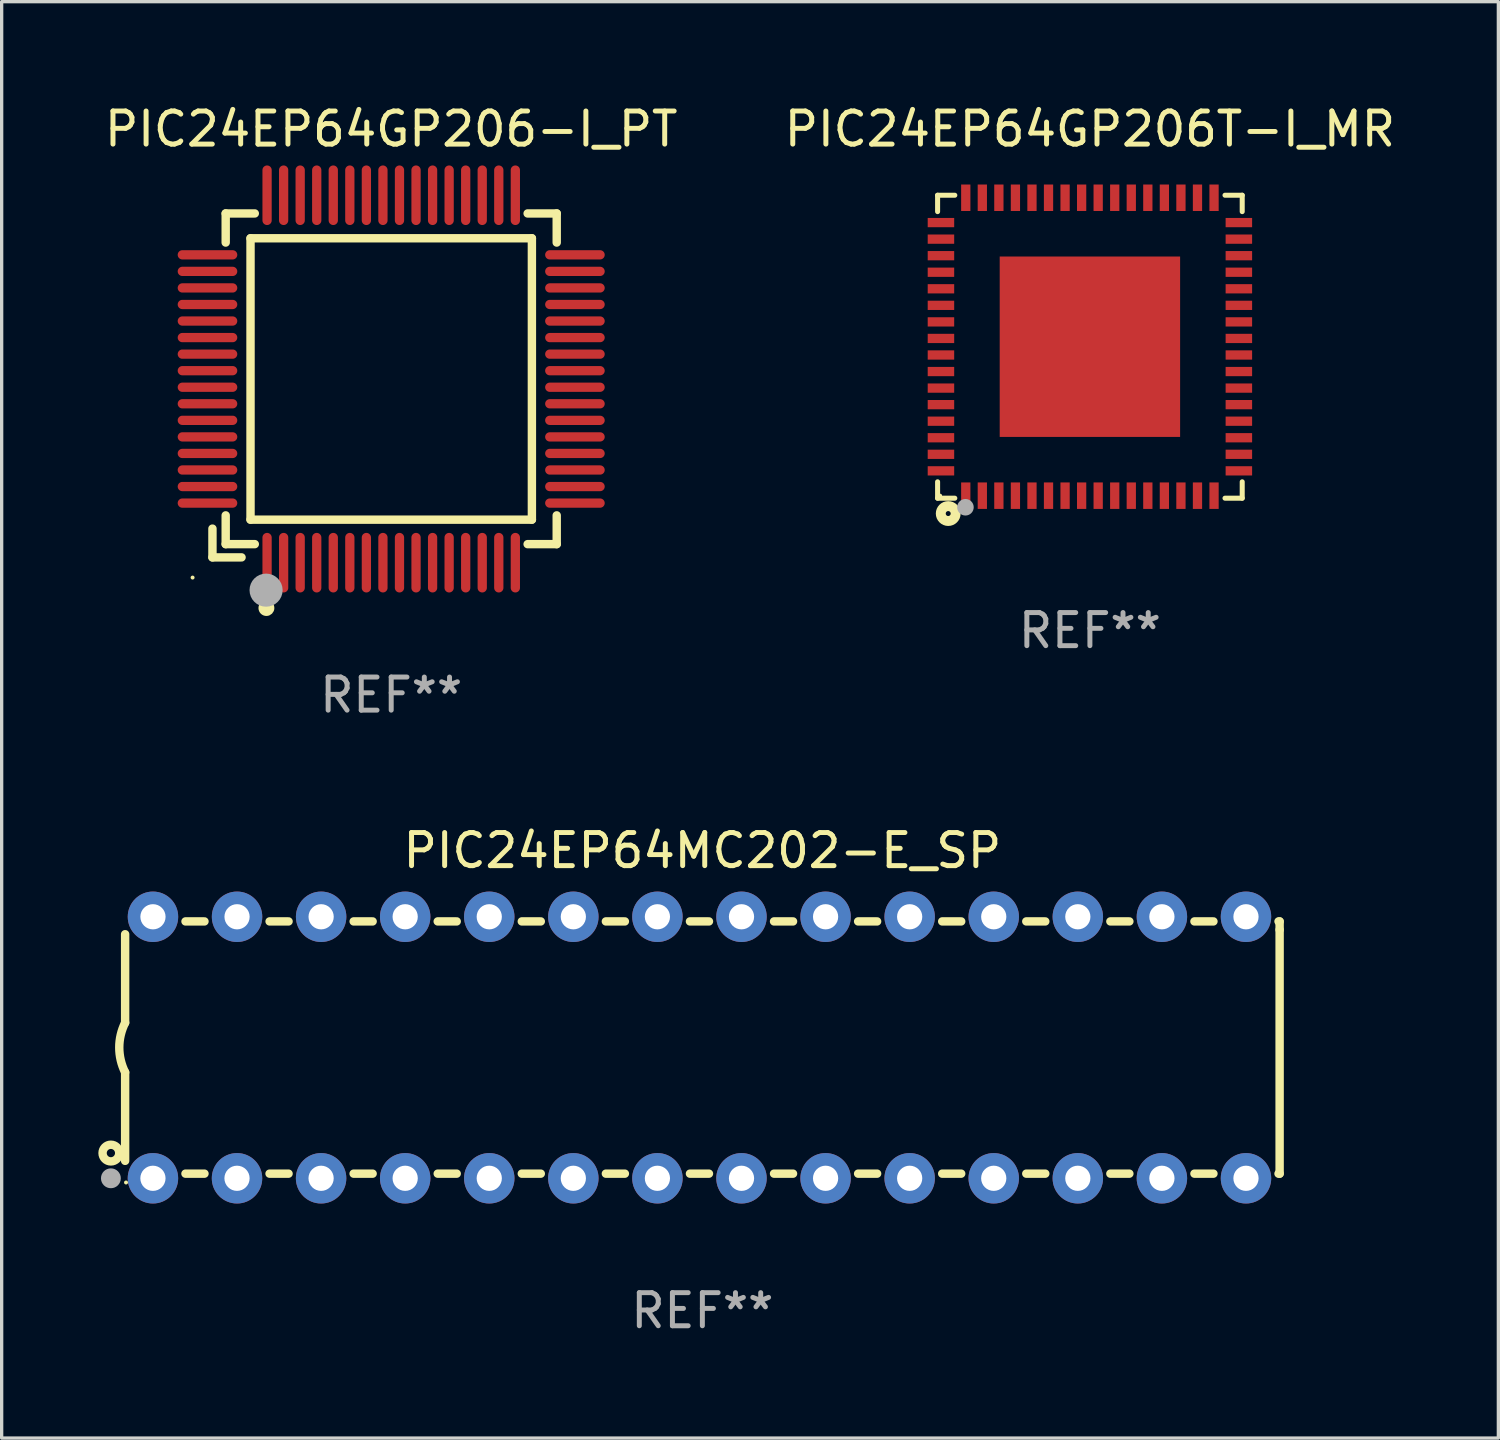
<source format=kicad_pcb>
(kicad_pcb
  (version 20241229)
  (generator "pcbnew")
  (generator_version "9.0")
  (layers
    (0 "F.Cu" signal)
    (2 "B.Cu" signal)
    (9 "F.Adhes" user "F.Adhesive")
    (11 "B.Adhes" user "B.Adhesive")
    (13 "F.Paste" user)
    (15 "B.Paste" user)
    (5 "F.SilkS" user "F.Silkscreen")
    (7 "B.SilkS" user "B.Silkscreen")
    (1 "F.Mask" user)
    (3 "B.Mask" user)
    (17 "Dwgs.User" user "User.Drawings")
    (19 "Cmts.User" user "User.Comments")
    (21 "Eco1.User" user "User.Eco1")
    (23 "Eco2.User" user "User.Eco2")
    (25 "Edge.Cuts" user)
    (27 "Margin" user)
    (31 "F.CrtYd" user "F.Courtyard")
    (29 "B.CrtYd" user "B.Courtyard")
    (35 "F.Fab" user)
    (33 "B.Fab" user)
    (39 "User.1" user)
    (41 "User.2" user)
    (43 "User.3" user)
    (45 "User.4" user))
  (footprint "PIC24EP64MC202-E_SP"
    (layer "F.Cu")
    (at 18.168 28.595)
    (property "Reference" "PIC24EP64MC202-E_SP" (at 0 -5.95 0) (layer "F.SilkS") (effects (font (size 1 1) (thickness 0.15))))
    (attr through_hole)
    (fp_line (start -17.438 0.75) (end -17.438 3.423) (stroke (width 0.254) (type solid)) (layer "F.SilkS"))
    (fp_line (start -17.438 -3.423) (end -17.438 -0.75) (stroke (width 0.254) (type solid)) (layer "F.SilkS"))
    (fp_line (start -15.615 3.81) (end -15.041 3.81) (stroke (width 0.254) (type solid)) (layer "F.SilkS"))
    (fp_line (start -15.041 -3.81) (end -15.614 -3.81) (stroke (width 0.254) (type solid)) (layer "F.SilkS"))
    (fp_line (start -13.075 3.81) (end -12.501 3.81) (stroke (width 0.254) (type solid)) (layer "F.SilkS"))
    (fp_line (start -12.501 -3.81) (end -13.074 -3.81) (stroke (width 0.254) (type solid)) (layer "F.SilkS"))
    (fp_line (start -10.535 3.81) (end -9.961 3.81) (stroke (width 0.254) (type solid)) (layer "F.SilkS"))
    (fp_line (start -9.961 -3.81) (end -10.534 -3.81) (stroke (width 0.254) (type solid)) (layer "F.SilkS"))
    (fp_line (start -7.995 3.81) (end -7.421 3.81) (stroke (width 0.254) (type solid)) (layer "F.SilkS"))
    (fp_line (start -7.421 -3.81) (end -7.995 -3.81) (stroke (width 0.254) (type solid)) (layer "F.SilkS"))
    (fp_line (start -5.455 3.81) (end -4.881 3.81) (stroke (width 0.254) (type solid)) (layer "F.SilkS"))
    (fp_line (start -4.881 -3.81) (end -5.455 -3.81) (stroke (width 0.254) (type solid)) (layer "F.SilkS"))
    (fp_line (start -2.915 3.81) (end -2.341 3.81) (stroke (width 0.254) (type solid)) (layer "F.SilkS"))
    (fp_line (start -2.341 -3.81) (end -2.915 -3.81) (stroke (width 0.254) (type solid)) (layer "F.SilkS"))
    (fp_line (start -0.375 3.81) (end 0.199 3.81) (stroke (width 0.254) (type solid)) (layer "F.SilkS"))
    (fp_line (start 0.199 -3.81) (end -0.375 -3.81) (stroke (width 0.254) (type solid)) (layer "F.SilkS"))
    (fp_line (start 2.165 3.81) (end 2.739 3.81) (stroke (width 0.254) (type solid)) (layer "F.SilkS"))
    (fp_line (start 2.739 -3.81) (end 2.165 -3.81) (stroke (width 0.254) (type solid)) (layer "F.SilkS"))
    (fp_line (start 4.705 3.81) (end 5.279 3.81) (stroke (width 0.254) (type solid)) (layer "F.SilkS"))
    (fp_line (start 5.279 -3.81) (end 4.705 -3.81) (stroke (width 0.254) (type solid)) (layer "F.SilkS"))
    (fp_line (start 7.245 3.81) (end 7.819 3.81) (stroke (width 0.254) (type solid)) (layer "F.SilkS"))
    (fp_line (start 7.819 -3.81) (end 7.245 -3.81) (stroke (width 0.254) (type solid)) (layer "F.SilkS"))
    (fp_line (start 9.785 3.81) (end 10.359 3.81) (stroke (width 0.254) (type solid)) (layer "F.SilkS"))
    (fp_line (start 10.359 -3.81) (end 9.785 -3.81) (stroke (width 0.254) (type solid)) (layer "F.SilkS"))
    (fp_line (start 12.325 3.81) (end 12.899 3.81) (stroke (width 0.254) (type solid)) (layer "F.SilkS"))
    (fp_line (start 12.899 -3.81) (end 12.325 -3.81) (stroke (width 0.254) (type solid)) (layer "F.SilkS"))
    (fp_line (start 14.865 3.81) (end 15.439 3.81) (stroke (width 0.254) (type solid)) (layer "F.SilkS"))
    (fp_line (start 15.439 -3.81) (end 14.865 -3.81) (stroke (width 0.254) (type solid)) (layer "F.SilkS"))
    (fp_line (start 17.405 3.81) (end 17.438 3.81) (stroke (width 0.254) (type solid)) (layer "F.SilkS"))
    (fp_line (start 17.438 -3.81) (end 17.405 -3.81) (stroke (width 0.254) (type solid)) (layer "F.SilkS"))
    (fp_line (start 17.438 -3.556) (end 17.438 -3.81) (stroke (width 0.254) (type solid)) (layer "F.SilkS"))
    (fp_line (start 17.438 3.81) (end 17.438 -3.556) (stroke (width 0.254) (type solid)) (layer "F.SilkS"))
    (fp_arc (start -17.437986 0.749657) (mid -17.614887 -0.000024) (end -17.437783 -0.749657) (stroke (width 0.254001) (type solid)) (layer "F.SilkS"))
    (fp_circle (center -17.868 3.188) (end -17.743 3.188) (stroke (width 0.254) (type solid)) (fill no) (layer "F.SilkS"))
    (fp_circle (center -17.411 4.077) (end -17.381 4.077) (stroke (width 0.06) (type solid)) (fill no) (layer "F.SilkS"))
    (fp_circle (center -17.868 3.95) (end -17.718 3.95) (stroke (width 0.3) (type solid)) (fill no) (layer "F.Fab"))
    (fp_text user "REF**" (at 0 7.95 0) (layer "F.Fab") (effects (font (size 1 1) (thickness 0.15))))
    (pad "1" thru_hole circle (at -16.598 3.95) (size 1.524 1.524) (drill 0.762) (layers "*.Cu" "*.Mask"))
    (pad "2" thru_hole circle (at -14.058 3.95) (size 1.524 1.524) (drill 0.762) (layers "*.Cu" "*.Mask"))
    (pad "3" thru_hole circle (at -11.518 3.95) (size 1.524 1.524) (drill 0.762) (layers "*.Cu" "*.Mask"))
    (pad "4" thru_hole circle (at -8.978 3.95) (size 1.524 1.524) (drill 0.762) (layers "*.Cu" "*.Mask"))
    (pad "5" thru_hole circle (at -6.438 3.95) (size 1.524 1.524) (drill 0.762) (layers "*.Cu" "*.Mask"))
    (pad "6" thru_hole circle (at -3.898 3.95) (size 1.524 1.524) (drill 0.762) (layers "*.Cu" "*.Mask"))
    (pad "7" thru_hole circle (at -1.358 3.95) (size 1.524 1.524) (drill 0.762) (layers "*.Cu" "*.Mask"))
    (pad "8" thru_hole circle (at 1.182 3.95) (size 1.524 1.524) (drill 0.762) (layers "*.Cu" "*.Mask"))
    (pad "9" thru_hole circle (at 3.722 3.95) (size 1.524 1.524) (drill 0.762) (layers "*.Cu" "*.Mask"))
    (pad "10" thru_hole circle (at 6.262 3.95) (size 1.524 1.524) (drill 0.762) (layers "*.Cu" "*.Mask"))
    (pad "11" thru_hole circle (at 8.802 3.95) (size 1.524 1.524) (drill 0.762) (layers "*.Cu" "*.Mask"))
    (pad "12" thru_hole circle (at 11.342 3.95) (size 1.524 1.524) (drill 0.762) (layers "*.Cu" "*.Mask"))
    (pad "13" thru_hole circle (at 13.882 3.95) (size 1.524 1.524) (drill 0.762) (layers "*.Cu" "*.Mask"))
    (pad "14" thru_hole circle (at 16.422 3.95) (size 1.524 1.524) (drill 0.762) (layers "*.Cu" "*.Mask"))
    (pad "15" thru_hole circle (at 16.422 -3.95) (size 1.524 1.524) (drill 0.762) (layers "*.Cu" "*.Mask"))
    (pad "16" thru_hole circle (at 13.882 -3.95) (size 1.524 1.524) (drill 0.762) (layers "*.Cu" "*.Mask"))
    (pad "17" thru_hole circle (at 11.342 -3.95) (size 1.524 1.524) (drill 0.762) (layers "*.Cu" "*.Mask"))
    (pad "18" thru_hole circle (at 8.802 -3.95) (size 1.524 1.524) (drill 0.762) (layers "*.Cu" "*.Mask"))
    (pad "19" thru_hole circle (at 6.262 -3.95) (size 1.524 1.524) (drill 0.762) (layers "*.Cu" "*.Mask"))
    (pad "20" thru_hole circle (at 3.722 -3.95) (size 1.524 1.524) (drill 0.762) (layers "*.Cu" "*.Mask"))
    (pad "21" thru_hole circle (at 1.182 -3.95) (size 1.524 1.524) (drill 0.762) (layers "*.Cu" "*.Mask"))
    (pad "22" thru_hole circle (at -1.358 -3.95) (size 1.524 1.524) (drill 0.762) (layers "*.Cu" "*.Mask"))
    (pad "23" thru_hole circle (at -3.898 -3.95) (size 1.524 1.524) (drill 0.762) (layers "*.Cu" "*.Mask"))
    (pad "24" thru_hole circle (at -6.438 -3.95) (size 1.524 1.524) (drill 0.762) (layers "*.Cu" "*.Mask"))
    (pad "25" thru_hole circle (at -8.978 -3.95) (size 1.524 1.524) (drill 0.762) (layers "*.Cu" "*.Mask"))
    (pad "26" thru_hole circle (at -11.517 -3.95) (size 1.524 1.524) (drill 0.762) (layers "*.Cu" "*.Mask"))
    (pad "27" thru_hole circle (at -14.057 -3.95) (size 1.524 1.524) (drill 0.762) (layers "*.Cu" "*.Mask"))
    (pad "28" thru_hole circle (at -16.597 -3.95) (size 1.524 1.524) (drill 0.762) (layers "*.Cu" "*.Mask")))
  (footprint "PIC24EP64GP206-I_PT"
    (layer "F.Cu")
    (at 8.768 8.398)
    (property "Reference" "PIC24EP64GP206-I_PT" (at 0 -7.55 0) (layer "F.SilkS") (effects (font (size 1 1) (thickness 0.15))))
    (attr through_hole)
    (fp_line (start -5.4 4.521) (end -5.4 5.39) (stroke (width 0.254) (type solid)) (layer "F.SilkS"))
    (fp_line (start -5.4 5.39) (end -4.521 5.39) (stroke (width 0.254) (type solid)) (layer "F.SilkS"))
    (fp_line (start -5 -5) (end -5 -4.121) (stroke (width 0.254) (type solid)) (layer "F.SilkS"))
    (fp_line (start -5 4.121) (end -5 4.99) (stroke (width 0.254) (type solid)) (layer "F.SilkS"))
    (fp_line (start -5 4.99) (end -4.121 4.99) (stroke (width 0.254) (type solid)) (layer "F.SilkS"))
    (fp_line (start -4.25 -4.25) (end -4.25 4.25) (stroke (width 0.254) (type solid)) (layer "F.SilkS"))
    (fp_line (start -4.25 4.25) (end 4.25 4.25) (stroke (width 0.254) (type solid)) (layer "F.SilkS"))
    (fp_line (start -4.121 -5) (end -5 -5) (stroke (width 0.254) (type solid)) (layer "F.SilkS"))
    (fp_line (start 4.121 4.99) (end 5 4.99) (stroke (width 0.254) (type solid)) (layer "F.SilkS"))
    (fp_line (start 4.25 -4.25) (end -4.25 -4.25) (stroke (width 0.254) (type solid)) (layer "F.SilkS"))
    (fp_line (start 4.25 4.25) (end 4.25 -4.25) (stroke (width 0.254) (type solid)) (layer "F.SilkS"))
    (fp_line (start 5 -5) (end 4.121 -5) (stroke (width 0.254) (type solid)) (layer "F.SilkS"))
    (fp_line (start 5 -4.121) (end 5 -5) (stroke (width 0.254) (type solid)) (layer "F.SilkS"))
    (fp_line (start 5 4.99) (end 5 4.121) (stroke (width 0.254) (type solid)) (layer "F.SilkS"))
    (fp_circle (center -6 6) (end -5.97 6) (stroke (width 0.06) (type solid)) (fill no) (layer "F.SilkS"))
    (fp_circle (center -3.77 6.92) (end -3.65 6.92) (stroke (width 0.24) (type solid)) (fill no) (layer "F.SilkS"))
    (fp_circle (center -3.78 6.38) (end -3.53 6.38) (stroke (width 0.5) (type solid)) (fill no) (layer "F.Fab"))
    (fp_text user "REF**" (at 0 9.55 0) (layer "F.Fab") (effects (font (size 1 1) (thickness 0.15))))
    (pad "1" smd oval (at -3.75 5.55) (size 0.28 1.8) (layers "F.Cu" "F.Mask" "F.Paste"))
    (pad "2" smd oval (at -3.25 5.55) (size 0.28 1.8) (layers "F.Cu" "F.Mask" "F.Paste"))
    (pad "3" smd oval (at -2.75 5.55) (size 0.28 1.8) (layers "F.Cu" "F.Mask" "F.Paste"))
    (pad "4" smd oval (at -2.25 5.55) (size 0.28 1.8) (layers "F.Cu" "F.Mask" "F.Paste"))
    (pad "5" smd oval (at -1.75 5.55) (size 0.28 1.8) (layers "F.Cu" "F.Mask" "F.Paste"))
    (pad "6" smd oval (at -1.25 5.55) (size 0.28 1.8) (layers "F.Cu" "F.Mask" "F.Paste"))
    (pad "7" smd oval (at -0.75 5.55) (size 0.28 1.8) (layers "F.Cu" "F.Mask" "F.Paste"))
    (pad "8" smd oval (at -0.25 5.55) (size 0.28 1.8) (layers "F.Cu" "F.Mask" "F.Paste"))
    (pad "9" smd oval (at 0.25 5.55) (size 0.28 1.8) (layers "F.Cu" "F.Mask" "F.Paste"))
    (pad "10" smd oval (at 0.75 5.55) (size 0.28 1.8) (layers "F.Cu" "F.Mask" "F.Paste"))
    (pad "11" smd oval (at 1.25 5.55) (size 0.28 1.8) (layers "F.Cu" "F.Mask" "F.Paste"))
    (pad "12" smd oval (at 1.75 5.55) (size 0.28 1.8) (layers "F.Cu" "F.Mask" "F.Paste"))
    (pad "13" smd oval (at 2.25 5.55) (size 0.28 1.8) (layers "F.Cu" "F.Mask" "F.Paste"))
    (pad "14" smd oval (at 2.75 5.55) (size 0.28 1.8) (layers "F.Cu" "F.Mask" "F.Paste"))
    (pad "15" smd oval (at 3.25 5.55) (size 0.28 1.8) (layers "F.Cu" "F.Mask" "F.Paste"))
    (pad "16" smd oval (at 3.75 5.55) (size 0.28 1.8) (layers "F.Cu" "F.Mask" "F.Paste"))
    (pad "17" smd oval (at 5.55 3.75) (size 1.8 0.28) (layers "F.Cu" "F.Mask" "F.Paste"))
    (pad "18" smd oval (at 5.55 3.25) (size 1.8 0.28) (layers "F.Cu" "F.Mask" "F.Paste"))
    (pad "19" smd oval (at 5.55 2.75) (size 1.8 0.28) (layers "F.Cu" "F.Mask" "F.Paste"))
    (pad "20" smd oval (at 5.55 2.25) (size 1.8 0.28) (layers "F.Cu" "F.Mask" "F.Paste"))
    (pad "21" smd oval (at 5.55 1.75) (size 1.8 0.28) (layers "F.Cu" "F.Mask" "F.Paste"))
    (pad "22" smd oval (at 5.55 1.25) (size 1.8 0.28) (layers "F.Cu" "F.Mask" "F.Paste"))
    (pad "23" smd oval (at 5.55 0.75) (size 1.8 0.28) (layers "F.Cu" "F.Mask" "F.Paste"))
    (pad "24" smd oval (at 5.55 0.25) (size 1.8 0.28) (layers "F.Cu" "F.Mask" "F.Paste"))
    (pad "25" smd oval (at 5.55 -0.25) (size 1.8 0.28) (layers "F.Cu" "F.Mask" "F.Paste"))
    (pad "26" smd oval (at 5.55 -0.75) (size 1.8 0.28) (layers "F.Cu" "F.Mask" "F.Paste"))
    (pad "27" smd oval (at 5.55 -1.25) (size 1.8 0.28) (layers "F.Cu" "F.Mask" "F.Paste"))
    (pad "28" smd oval (at 5.55 -1.75) (size 1.8 0.28) (layers "F.Cu" "F.Mask" "F.Paste"))
    (pad "29" smd oval (at 5.55 -2.25) (size 1.8 0.28) (layers "F.Cu" "F.Mask" "F.Paste"))
    (pad "30" smd oval (at 5.55 -2.75) (size 1.8 0.28) (layers "F.Cu" "F.Mask" "F.Paste"))
    (pad "31" smd oval (at 5.55 -3.25) (size 1.8 0.28) (layers "F.Cu" "F.Mask" "F.Paste"))
    (pad "32" smd oval (at 5.55 -3.75) (size 1.8 0.28) (layers "F.Cu" "F.Mask" "F.Paste"))
    (pad "33" smd oval (at 3.75 -5.55) (size 0.28 1.8) (layers "F.Cu" "F.Mask" "F.Paste"))
    (pad "34" smd oval (at 3.25 -5.55) (size 0.28 1.8) (layers "F.Cu" "F.Mask" "F.Paste"))
    (pad "35" smd oval (at 2.75 -5.55) (size 0.28 1.8) (layers "F.Cu" "F.Mask" "F.Paste"))
    (pad "36" smd oval (at 2.25 -5.55) (size 0.28 1.8) (layers "F.Cu" "F.Mask" "F.Paste"))
    (pad "37" smd oval (at 1.75 -5.55) (size 0.28 1.8) (layers "F.Cu" "F.Mask" "F.Paste"))
    (pad "38" smd oval (at 1.25 -5.55) (size 0.28 1.8) (layers "F.Cu" "F.Mask" "F.Paste"))
    (pad "39" smd oval (at 0.75 -5.55) (size 0.28 1.8) (layers "F.Cu" "F.Mask" "F.Paste"))
    (pad "40" smd oval (at 0.25 -5.55) (size 0.28 1.8) (layers "F.Cu" "F.Mask" "F.Paste"))
    (pad "41" smd oval (at -0.25 -5.55) (size 0.28 1.8) (layers "F.Cu" "F.Mask" "F.Paste"))
    (pad "42" smd oval (at -0.75 -5.55) (size 0.28 1.8) (layers "F.Cu" "F.Mask" "F.Paste"))
    (pad "43" smd oval (at -1.25 -5.55) (size 0.28 1.8) (layers "F.Cu" "F.Mask" "F.Paste"))
    (pad "44" smd oval (at -1.75 -5.55) (size 0.28 1.8) (layers "F.Cu" "F.Mask" "F.Paste"))
    (pad "45" smd oval (at -2.25 -5.55) (size 0.28 1.8) (layers "F.Cu" "F.Mask" "F.Paste"))
    (pad "46" smd oval (at -2.75 -5.55) (size 0.28 1.8) (layers "F.Cu" "F.Mask" "F.Paste"))
    (pad "47" smd oval (at -3.25 -5.55) (size 0.28 1.8) (layers "F.Cu" "F.Mask" "F.Paste"))
    (pad "48" smd oval (at -3.75 -5.55) (size 0.28 1.8) (layers "F.Cu" "F.Mask" "F.Paste"))
    (pad "49" smd oval (at -5.55 -3.75) (size 1.8 0.28) (layers "F.Cu" "F.Mask" "F.Paste"))
    (pad "50" smd oval (at -5.55 -3.25) (size 1.8 0.28) (layers "F.Cu" "F.Mask" "F.Paste"))
    (pad "51" smd oval (at -5.55 -2.75) (size 1.8 0.28) (layers "F.Cu" "F.Mask" "F.Paste"))
    (pad "52" smd oval (at -5.55 -2.25) (size 1.8 0.28) (layers "F.Cu" "F.Mask" "F.Paste"))
    (pad "53" smd oval (at -5.55 -1.75) (size 1.8 0.28) (layers "F.Cu" "F.Mask" "F.Paste"))
    (pad "54" smd oval (at -5.55 -1.25) (size 1.8 0.28) (layers "F.Cu" "F.Mask" "F.Paste"))
    (pad "55" smd oval (at -5.55 -0.75) (size 1.8 0.28) (layers "F.Cu" "F.Mask" "F.Paste"))
    (pad "56" smd oval (at -5.55 -0.25) (size 1.8 0.28) (layers "F.Cu" "F.Mask" "F.Paste"))
    (pad "57" smd oval (at -5.55 0.25) (size 1.8 0.28) (layers "F.Cu" "F.Mask" "F.Paste"))
    (pad "58" smd oval (at -5.55 0.75) (size 1.8 0.28) (layers "F.Cu" "F.Mask" "F.Paste"))
    (pad "59" smd oval (at -5.55 1.25) (size 1.8 0.28) (layers "F.Cu" "F.Mask" "F.Paste"))
    (pad "60" smd oval (at -5.55 1.75) (size 1.8 0.28) (layers "F.Cu" "F.Mask" "F.Paste"))
    (pad "61" smd oval (at -5.55 2.25) (size 1.8 0.28) (layers "F.Cu" "F.Mask" "F.Paste"))
    (pad "62" smd oval (at -5.55 2.75) (size 1.8 0.28) (layers "F.Cu" "F.Mask" "F.Paste"))
    (pad "63" smd oval (at -5.55 3.25) (size 1.8 0.28) (layers "F.Cu" "F.Mask" "F.Paste"))
    (pad "64" smd oval (at -5.55 3.75) (size 1.8 0.28) (layers "F.Cu" "F.Mask" "F.Paste")))
  (footprint "PIC24EP64GP206T-I_MR"
    (layer "F.Cu")
    (at 29.875 7.424)
    (property "Reference" "PIC24EP64GP206T-I_MR" (at 0 -6.576 0) (layer "F.SilkS") (effects (font (size 1 1) (thickness 0.15))))
    (attr through_hole)
    (fp_line (start -4.601 -4.576) (end -4.081 -4.576) (stroke (width 0.152) (type solid)) (layer "F.SilkS"))
    (fp_line (start -4.601 -4.081) (end -4.601 -4.576) (stroke (width 0.152) (type solid)) (layer "F.SilkS"))
    (fp_line (start -4.601 4.081) (end -4.601 4.576) (stroke (width 0.152) (type solid)) (layer "F.SilkS"))
    (fp_line (start -4.601 4.576) (end -4.081 4.576) (stroke (width 0.152) (type solid)) (layer "F.SilkS"))
    (fp_line (start 4.601 -4.576) (end 4.081 -4.576) (stroke (width 0.152) (type solid)) (layer "F.SilkS"))
    (fp_line (start 4.601 -4.081) (end 4.601 -4.576) (stroke (width 0.152) (type solid)) (layer "F.SilkS"))
    (fp_line (start 4.601 4.081) (end 4.601 4.576) (stroke (width 0.152) (type solid)) (layer "F.SilkS"))
    (fp_line (start 4.601 4.576) (end 4.081 4.576) (stroke (width 0.152) (type solid)) (layer "F.SilkS"))
    (fp_circle (center -4.525 4.5) (end -4.495 4.5) (stroke (width 0.06) (type solid)) (fill no) (layer "F.SilkS"))
    (fp_circle (center -4.28 5.04) (end -4.205 5.04) (stroke (width 0.3) (type solid)) (fill no) (layer "F.SilkS"))
    (fp_circle (center -3.76 4.85) (end -3.635 4.85) (stroke (width 0.25) (type solid)) (fill no) (layer "F.Fab"))
    (fp_text user "REF**" (at 0 8.576 0) (layer "F.Fab") (effects (font (size 1 1) (thickness 0.15))))
    (pad "1" smd rect (at -3.75 4.5) (size 0.28 0.8) (layers "F.Cu" "F.Mask" "F.Paste"))
    (pad "2" smd rect (at -3.25 4.5) (size 0.28 0.8) (layers "F.Cu" "F.Mask" "F.Paste"))
    (pad "3" smd rect (at -2.75 4.5) (size 0.28 0.8) (layers "F.Cu" "F.Mask" "F.Paste"))
    (pad "4" smd rect (at -2.25 4.5) (size 0.28 0.8) (layers "F.Cu" "F.Mask" "F.Paste"))
    (pad "5" smd rect (at -1.75 4.5) (size 0.28 0.8) (layers "F.Cu" "F.Mask" "F.Paste"))
    (pad "6" smd rect (at -1.25 4.5) (size 0.28 0.8) (layers "F.Cu" "F.Mask" "F.Paste"))
    (pad "7" smd rect (at -0.75 4.5) (size 0.28 0.8) (layers "F.Cu" "F.Mask" "F.Paste"))
    (pad "8" smd rect (at -0.25 4.5) (size 0.28 0.8) (layers "F.Cu" "F.Mask" "F.Paste"))
    (pad "9" smd rect (at 0.25 4.5) (size 0.28 0.8) (layers "F.Cu" "F.Mask" "F.Paste"))
    (pad "10" smd rect (at 0.75 4.5) (size 0.28 0.8) (layers "F.Cu" "F.Mask" "F.Paste"))
    (pad "11" smd rect (at 1.25 4.5) (size 0.28 0.8) (layers "F.Cu" "F.Mask" "F.Paste"))
    (pad "12" smd rect (at 1.75 4.5) (size 0.28 0.8) (layers "F.Cu" "F.Mask" "F.Paste"))
    (pad "13" smd rect (at 2.25 4.5) (size 0.28 0.8) (layers "F.Cu" "F.Mask" "F.Paste"))
    (pad "14" smd rect (at 2.75 4.5) (size 0.28 0.8) (layers "F.Cu" "F.Mask" "F.Paste"))
    (pad "15" smd rect (at 3.25 4.5) (size 0.28 0.8) (layers "F.Cu" "F.Mask" "F.Paste"))
    (pad "16" smd rect (at 3.75 4.5) (size 0.28 0.8) (layers "F.Cu" "F.Mask" "F.Paste"))
    (pad "17" smd rect (at 4.5 3.75) (size 0.8 0.28) (layers "F.Cu" "F.Mask" "F.Paste"))
    (pad "18" smd rect (at 4.5 3.25) (size 0.8 0.28) (layers "F.Cu" "F.Mask" "F.Paste"))
    (pad "19" smd rect (at 4.5 2.75) (size 0.8 0.28) (layers "F.Cu" "F.Mask" "F.Paste"))
    (pad "20" smd rect (at 4.5 2.25) (size 0.8 0.28) (layers "F.Cu" "F.Mask" "F.Paste"))
    (pad "21" smd rect (at 4.5 1.75) (size 0.8 0.28) (layers "F.Cu" "F.Mask" "F.Paste"))
    (pad "22" smd rect (at 4.5 1.25) (size 0.8 0.28) (layers "F.Cu" "F.Mask" "F.Paste"))
    (pad "23" smd rect (at 4.5 0.75) (size 0.8 0.28) (layers "F.Cu" "F.Mask" "F.Paste"))
    (pad "24" smd rect (at 4.5 0.25) (size 0.8 0.28) (layers "F.Cu" "F.Mask" "F.Paste"))
    (pad "25" smd rect (at 4.5 -0.25) (size 0.8 0.28) (layers "F.Cu" "F.Mask" "F.Paste"))
    (pad "26" smd rect (at 4.5 -0.75) (size 0.8 0.28) (layers "F.Cu" "F.Mask" "F.Paste"))
    (pad "27" smd rect (at 4.5 -1.25) (size 0.8 0.28) (layers "F.Cu" "F.Mask" "F.Paste"))
    (pad "28" smd rect (at 4.5 -1.75) (size 0.8 0.28) (layers "F.Cu" "F.Mask" "F.Paste"))
    (pad "29" smd rect (at 4.5 -2.25) (size 0.8 0.28) (layers "F.Cu" "F.Mask" "F.Paste"))
    (pad "30" smd rect (at 4.5 -2.75) (size 0.8 0.28) (layers "F.Cu" "F.Mask" "F.Paste"))
    (pad "31" smd rect (at 4.5 -3.25) (size 0.8 0.28) (layers "F.Cu" "F.Mask" "F.Paste"))
    (pad "32" smd rect (at 4.5 -3.75) (size 0.8 0.28) (layers "F.Cu" "F.Mask" "F.Paste"))
    (pad "33" smd rect (at 3.75 -4.5) (size 0.28 0.8) (layers "F.Cu" "F.Mask" "F.Paste"))
    (pad "34" smd rect (at 3.25 -4.5) (size 0.28 0.8) (layers "F.Cu" "F.Mask" "F.Paste"))
    (pad "35" smd rect (at 2.75 -4.5) (size 0.28 0.8) (layers "F.Cu" "F.Mask" "F.Paste"))
    (pad "36" smd rect (at 2.25 -4.5) (size 0.28 0.8) (layers "F.Cu" "F.Mask" "F.Paste"))
    (pad "37" smd rect (at 1.75 -4.5) (size 0.28 0.8) (layers "F.Cu" "F.Mask" "F.Paste"))
    (pad "38" smd rect (at 1.25 -4.5) (size 0.28 0.8) (layers "F.Cu" "F.Mask" "F.Paste"))
    (pad "39" smd rect (at 0.75 -4.5) (size 0.28 0.8) (layers "F.Cu" "F.Mask" "F.Paste"))
    (pad "40" smd rect (at 0.25 -4.5) (size 0.28 0.8) (layers "F.Cu" "F.Mask" "F.Paste"))
    (pad "41" smd rect (at -0.25 -4.5) (size 0.28 0.8) (layers "F.Cu" "F.Mask" "F.Paste"))
    (pad "42" smd rect (at -0.75 -4.5) (size 0.28 0.8) (layers "F.Cu" "F.Mask" "F.Paste"))
    (pad "43" smd rect (at -1.25 -4.5) (size 0.28 0.8) (layers "F.Cu" "F.Mask" "F.Paste"))
    (pad "44" smd rect (at -1.75 -4.5) (size 0.28 0.8) (layers "F.Cu" "F.Mask" "F.Paste"))
    (pad "45" smd rect (at -2.25 -4.5) (size 0.28 0.8) (layers "F.Cu" "F.Mask" "F.Paste"))
    (pad "46" smd rect (at -2.75 -4.5) (size 0.28 0.8) (layers "F.Cu" "F.Mask" "F.Paste"))
    (pad "47" smd rect (at -3.25 -4.5) (size 0.28 0.8) (layers "F.Cu" "F.Mask" "F.Paste"))
    (pad "48" smd rect (at -3.75 -4.5) (size 0.28 0.8) (layers "F.Cu" "F.Mask" "F.Paste"))
    (pad "49" smd rect (at -4.5 -3.75) (size 0.8 0.28) (layers "F.Cu" "F.Mask" "F.Paste"))
    (pad "50" smd rect (at -4.5 -3.25) (size 0.8 0.28) (layers "F.Cu" "F.Mask" "F.Paste"))
    (pad "51" smd rect (at -4.5 -2.75) (size 0.8 0.28) (layers "F.Cu" "F.Mask" "F.Paste"))
    (pad "52" smd rect (at -4.5 -2.25) (size 0.8 0.28) (layers "F.Cu" "F.Mask" "F.Paste"))
    (pad "53" smd rect (at -4.5 -1.75) (size 0.8 0.28) (layers "F.Cu" "F.Mask" "F.Paste"))
    (pad "54" smd rect (at -4.5 -1.25) (size 0.8 0.28) (layers "F.Cu" "F.Mask" "F.Paste"))
    (pad "55" smd rect (at -4.5 -0.75) (size 0.8 0.28) (layers "F.Cu" "F.Mask" "F.Paste"))
    (pad "56" smd rect (at -4.5 -0.25) (size 0.8 0.28) (layers "F.Cu" "F.Mask" "F.Paste"))
    (pad "57" smd rect (at -4.5 0.25) (size 0.8 0.28) (layers "F.Cu" "F.Mask" "F.Paste"))
    (pad "58" smd rect (at -4.5 0.75) (size 0.8 0.28) (layers "F.Cu" "F.Mask" "F.Paste"))
    (pad "59" smd rect (at -4.5 1.25) (size 0.8 0.28) (layers "F.Cu" "F.Mask" "F.Paste"))
    (pad "60" smd rect (at -4.5 1.75) (size 0.8 0.28) (layers "F.Cu" "F.Mask" "F.Paste"))
    (pad "61" smd rect (at -4.5 2.25) (size 0.8 0.28) (layers "F.Cu" "F.Mask" "F.Paste"))
    (pad "62" smd rect (at -4.5 2.75) (size 0.8 0.28) (layers "F.Cu" "F.Mask" "F.Paste"))
    (pad "63" smd rect (at -4.5 3.25) (size 0.8 0.28) (layers "F.Cu" "F.Mask" "F.Paste"))
    (pad "64" smd rect (at -4.5 3.75) (size 0.8 0.28) (layers "F.Cu" "F.Mask" "F.Paste"))
    (pad "65" smd rect (at 0 0) (size 5.45 5.45) (layers "F.Cu" "F.Mask" "F.Paste")))
  (gr_rect
    (start -3 -3)
    (end 42.214 40.393)
    (stroke (width 0.1) (type default))
    (fill no)
    (layer "Edge.Cuts")))
</source>
